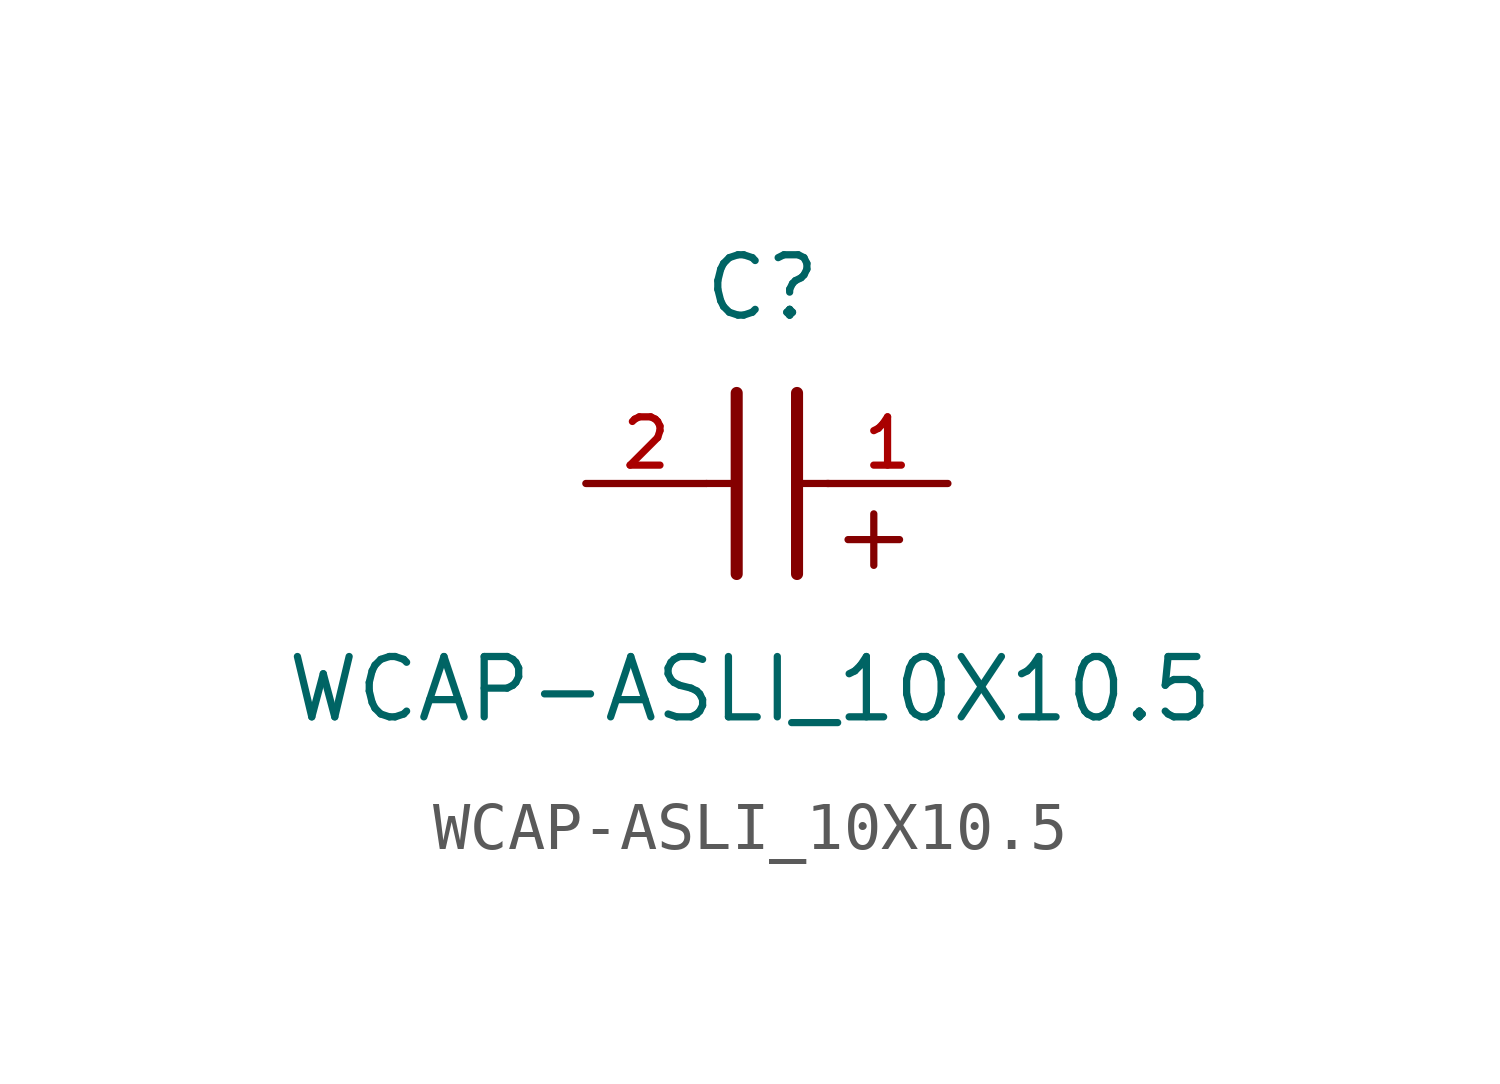
<source format=kicad_sym>
(kicad_symbol_lib
  (version 20211014)
  (generator kicad_symbol_editor)
  (symbol "WCAP-ASLI_10X10.5"
    (pin_names
      (offset 1.016))
    (property "Reference" "C"
      (at 1.175 3.38 0)
      (effects (font (size 1.27 1.27)) (justify bottom)))
    (property "Value" "WCAP-ASLI_10X10.5"
      (at 0.915 -5.075 0)
      (effects (font (size 1.27 1.27)) (justify bottom)))
    (symbol "WCAP-ASLI_10X10.5_0_0"
      (text "+" (at 2.54 -1.905 0) (effects (font (size 1.422 1.422)) (justify bottom left)))
      (polyline (pts (xy 1.905 1.905) (xy 1.905 -1.905)) (stroke (width 0.254)))
      (polyline (pts (xy 0.635 -1.905) (xy 0.635 1.905)) (stroke (width 0.254)))
      (polyline (pts (xy 0.0 0.0) (xy 0.643 0.0)) (stroke (width 0.152)))
      (polyline (pts (xy 1.928 0.0) (xy 2.57 0.0)) (stroke (width 0.152)))
      (pin passive line (at 5.08 0.0 180.0) (length 2.54) (name "~" (effects (font (size 1.016 1.016)))) (number "1" (effects (font (size 1.016 1.016)))))
      (pin passive line (at -2.54 0.0 0) (length 2.54) (name "~" (effects (font (size 1.016 1.016)))) (number "2" (effects (font (size 1.016 1.016))))))))
</source>
